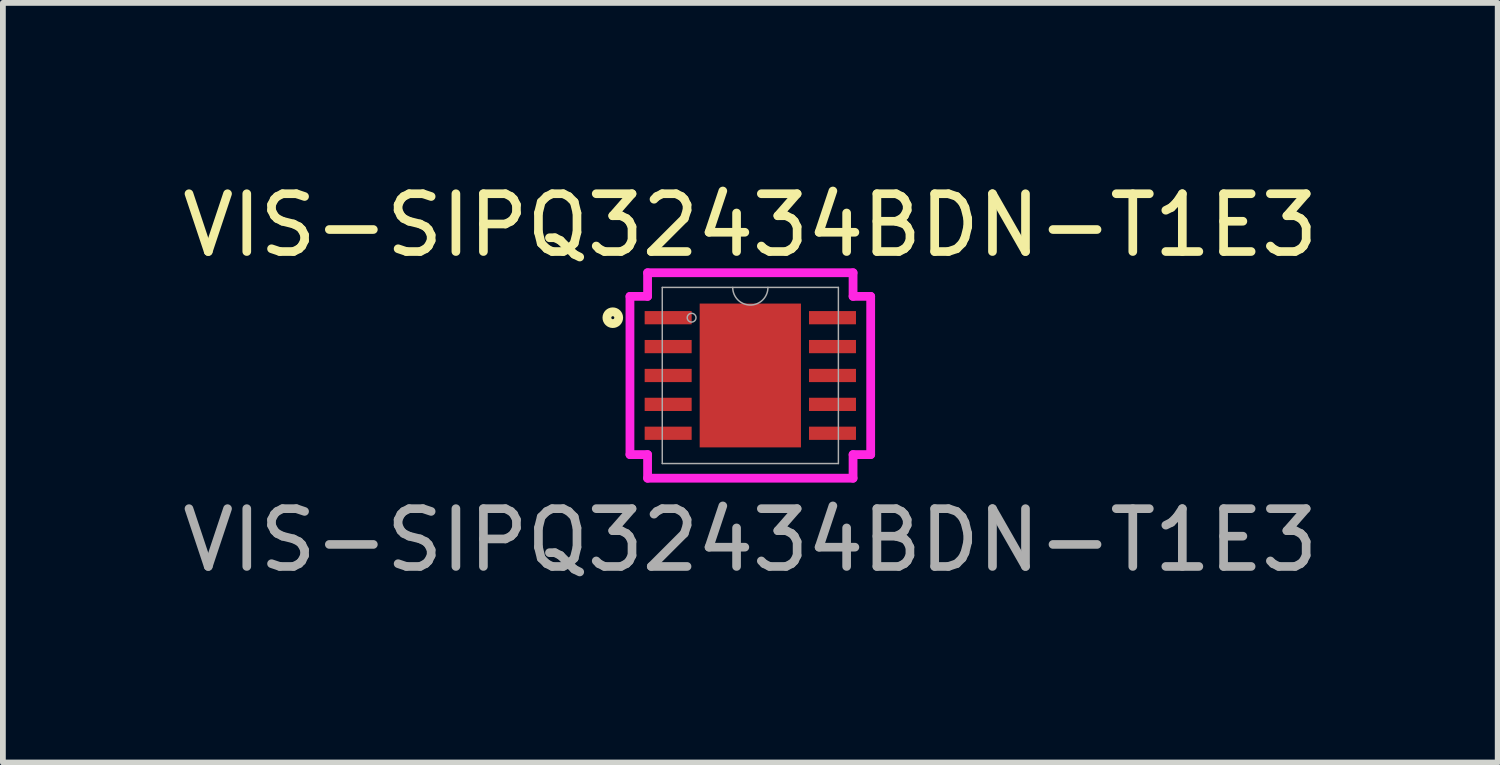
<source format=kicad_pcb>
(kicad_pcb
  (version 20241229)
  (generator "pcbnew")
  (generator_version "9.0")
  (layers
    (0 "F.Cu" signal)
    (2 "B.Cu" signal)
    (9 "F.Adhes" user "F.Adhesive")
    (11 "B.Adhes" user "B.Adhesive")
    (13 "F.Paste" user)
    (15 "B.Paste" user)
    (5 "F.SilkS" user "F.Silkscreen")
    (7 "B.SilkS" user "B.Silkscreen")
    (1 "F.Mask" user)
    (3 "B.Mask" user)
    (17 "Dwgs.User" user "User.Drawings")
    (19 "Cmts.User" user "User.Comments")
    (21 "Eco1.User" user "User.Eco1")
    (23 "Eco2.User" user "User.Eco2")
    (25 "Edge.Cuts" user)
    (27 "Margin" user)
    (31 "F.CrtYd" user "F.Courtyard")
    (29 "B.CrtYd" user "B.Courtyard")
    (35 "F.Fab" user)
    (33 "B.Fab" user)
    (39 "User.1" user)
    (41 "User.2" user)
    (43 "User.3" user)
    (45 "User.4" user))
  (footprint "VIS-SIPQ32434BDN-T1E3"
    (layer "F.Cu")
    (at 9.935 3.448)
    (property "Reference" "VIS-SIPQ32434BDN-T1E3" (at 0 -2.6 0) (unlocked yes) (layer "F.SilkS") (effects (font (size 1 1) (thickness 0.15))))
    (attr smd)
    (fp_circle (center -2.38 -1) (end -2.278 -1) (stroke (width 0.152) (type solid)) (fill no) (layer "F.SilkS"))
    (fp_line (start -2.083 -1.369) (end -1.778 -1.369) (stroke (width 0.152) (type solid)) (layer "F.CrtYd"))
    (fp_line (start -2.083 1.369) (end -2.083 -1.369) (stroke (width 0.152) (type solid)) (layer "F.CrtYd"))
    (fp_line (start -2.083 1.369) (end -1.778 1.369) (stroke (width 0.152) (type solid)) (layer "F.CrtYd"))
    (fp_line (start -1.778 -1.778) (end 1.778 -1.778) (stroke (width 0.152) (type solid)) (layer "F.CrtYd"))
    (fp_line (start -1.778 -1.369) (end -1.778 -1.778) (stroke (width 0.152) (type solid)) (layer "F.CrtYd"))
    (fp_line (start -1.778 1.778) (end -1.778 1.369) (stroke (width 0.152) (type solid)) (layer "F.CrtYd"))
    (fp_line (start 1.778 -1.778) (end 1.778 -1.369) (stroke (width 0.152) (type solid)) (layer "F.CrtYd"))
    (fp_line (start 1.778 1.369) (end 1.778 1.778) (stroke (width 0.152) (type solid)) (layer "F.CrtYd"))
    (fp_line (start 1.778 1.778) (end -1.778 1.778) (stroke (width 0.152) (type solid)) (layer "F.CrtYd"))
    (fp_line (start 2.083 -1.369) (end 1.778 -1.369) (stroke (width 0.152) (type solid)) (layer "F.CrtYd"))
    (fp_line (start 2.083 -1.369) (end 2.083 1.369) (stroke (width 0.152) (type solid)) (layer "F.CrtYd"))
    (fp_line (start 2.083 1.369) (end 1.778 1.369) (stroke (width 0.152) (type solid)) (layer "F.CrtYd"))
    (fp_line (start -1.524 -1.524) (end -1.524 1.524) (stroke (width 0.025) (type solid)) (layer "F.Fab"))
    (fp_line (start -1.524 1.524) (end 1.524 1.524) (stroke (width 0.025) (type solid)) (layer "F.Fab"))
    (fp_line (start 1.524 -1.524) (end -1.524 -1.524) (stroke (width 0.025) (type solid)) (layer "F.Fab"))
    (fp_line (start 1.524 1.524) (end 1.524 -1.524) (stroke (width 0.025) (type solid)) (layer "F.Fab"))
    (fp_arc (start 0.3048 -1.524) (mid 0 -1.2192) (end -0.3048 -1.524) (stroke (width 0.0254) (type solid)) (layer "F.Fab"))
    (fp_circle (center -1.016 -1) (end -0.94 -1) (stroke (width 0.025) (type solid)) (fill no) (layer "F.Fab"))
    (fp_text user "${REFERENCE}" (at 0 2.85 0) (unlocked yes) (layer "F.Fab") (effects (font (size 1 1) (thickness 0.15))))
    (pad "1" smd rect (at -1.422 -1) (size 0.813 0.229) (layers "F.Cu" "F.Mask" "F.Paste"))
    (pad "2" smd rect (at -1.422 -0.5) (size 0.813 0.229) (layers "F.Cu" "F.Mask" "F.Paste"))
    (pad "3" smd rect (at -1.422 0) (size 0.813 0.229) (layers "F.Cu" "F.Mask" "F.Paste"))
    (pad "4" smd rect (at -1.422 0.5) (size 0.813 0.229) (layers "F.Cu" "F.Mask" "F.Paste"))
    (pad "5" smd rect (at -1.422 1) (size 0.813 0.229) (layers "F.Cu" "F.Mask" "F.Paste"))
    (pad "6" smd rect (at 1.422 1) (size 0.813 0.229) (layers "F.Cu" "F.Mask" "F.Paste"))
    (pad "7" smd rect (at 1.422 0.5) (size 0.813 0.229) (layers "F.Cu" "F.Mask" "F.Paste"))
    (pad "8" smd rect (at 1.422 0) (size 0.813 0.229) (layers "F.Cu" "F.Mask" "F.Paste"))
    (pad "9" smd rect (at 1.422 -0.5) (size 0.813 0.229) (layers "F.Cu" "F.Mask" "F.Paste"))
    (pad "10" smd rect (at 1.422 -1) (size 0.813 0.229) (layers "F.Cu" "F.Mask" "F.Paste"))
    (pad "11" smd rect (at 0 0) (size 1.753 2.489) (layers "F.Cu" "F.Mask" "F.Paste")))
  (gr_rect
    (start -3 -3)
    (end 22.869 10.146)
    (stroke (width 0.1) (type default))
    (fill no)
    (layer "Edge.Cuts")))
</source>
